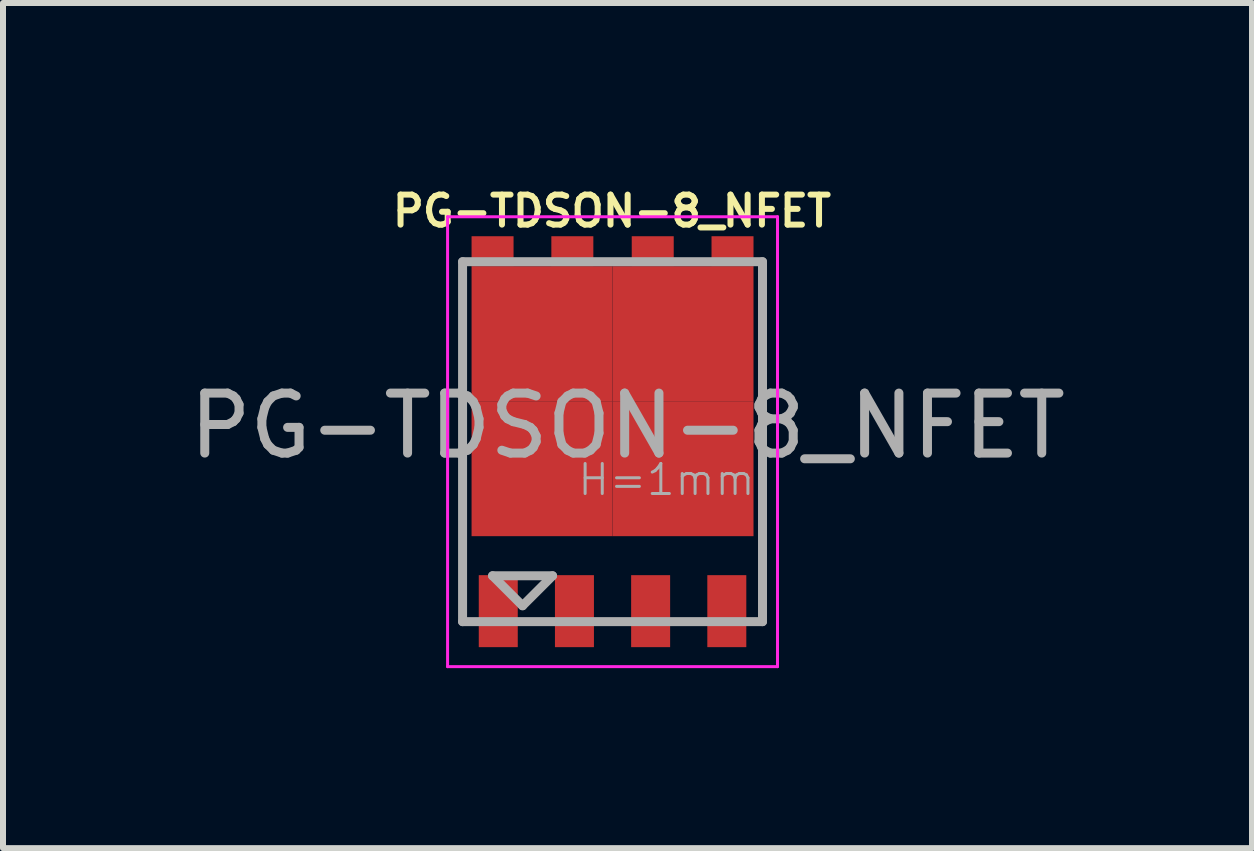
<source format=kicad_pcb>
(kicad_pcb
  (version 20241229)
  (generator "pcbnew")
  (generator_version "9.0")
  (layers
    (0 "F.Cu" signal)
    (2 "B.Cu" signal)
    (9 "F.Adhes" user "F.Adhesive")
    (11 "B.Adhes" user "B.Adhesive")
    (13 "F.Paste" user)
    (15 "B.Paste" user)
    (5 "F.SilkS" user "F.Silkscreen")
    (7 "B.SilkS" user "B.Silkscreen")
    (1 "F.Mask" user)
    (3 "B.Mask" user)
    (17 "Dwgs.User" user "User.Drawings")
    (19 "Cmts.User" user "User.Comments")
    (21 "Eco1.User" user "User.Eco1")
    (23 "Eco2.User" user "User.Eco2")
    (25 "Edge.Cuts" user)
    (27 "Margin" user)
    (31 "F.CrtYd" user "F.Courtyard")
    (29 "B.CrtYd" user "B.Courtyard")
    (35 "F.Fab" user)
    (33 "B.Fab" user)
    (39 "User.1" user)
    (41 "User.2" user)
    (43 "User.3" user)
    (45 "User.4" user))
  (footprint "PG-TDSON-8_NFET"
    (layer "F.Cu")
    (at 7.161 4.313)
    (property "Reference" "PG-TDSON-8_NFET" (at -0.01 -3.845 0) (layer "F.SilkS") (effects (font (size 0.5 0.5) (thickness 0.1))))
    (attr smd)
    (fp_line (start 1.65 -3.16) (end 1.65 -3.16) (stroke (width 0.15) (type solid)) (layer "F.Mask"))
    (fp_line (start -2.75 3.75) (end -2.75 -3.75) (stroke (width 0.05) (type solid)) (layer "F.CrtYd"))
    (fp_line (start 2.75 -3.75) (end -2.75 -3.75) (stroke (width 0.05) (type solid)) (layer "F.CrtYd"))
    (fp_line (start 2.75 -3.75) (end 2.75 3.75) (stroke (width 0.05) (type solid)) (layer "F.CrtYd"))
    (fp_line (start 2.75 3.75) (end -2.75 3.75) (stroke (width 0.05) (type solid)) (layer "F.CrtYd"))
    (fp_line (start -2.5 -3) (end -2.5 3) (stroke (width 0.15) (type solid)) (layer "F.Fab"))
    (fp_line (start -2.5 3) (end 2.5 3) (stroke (width 0.15) (type solid)) (layer "F.Fab"))
    (fp_line (start -2 2.235) (end -1.5 2.735) (stroke (width 0.15) (type solid)) (layer "F.Fab"))
    (fp_line (start -1.5 2.735) (end -1 2.235) (stroke (width 0.15) (type solid)) (layer "F.Fab"))
    (fp_line (start -1 2.235) (end -2 2.235) (stroke (width 0.15) (type solid)) (layer "F.Fab"))
    (fp_line (start 2.5 -3) (end -2.5 -3) (stroke (width 0.15) (type solid)) (layer "F.Fab"))
    (fp_line (start 2.5 3) (end 2.5 -3) (stroke (width 0.15) (type solid)) (layer "F.Fab"))
    (fp_text user "H=1mm" (at 0.9 0.635 0) (layer "F.Fab") (effects (font (size 0.5 0.5) (thickness 0.05))))
    (fp_text user "${REFERENCE}" (at 0.25 -0.265 0) (layer "F.Fab") (effects (font (size 1 1) (thickness 0.15))))
    (pad "1" smd rect (at -1.905 2.825) (size 0.65 1.2) (layers "F.Cu" "F.Mask" "F.Paste"))
    (pad "1" smd rect (at -0.635 2.825) (size 0.65 1.2) (layers "F.Cu" "F.Mask" "F.Paste"))
    (pad "1" smd rect (at 0.635 2.825) (size 0.65 1.2) (layers "F.Cu" "F.Mask" "F.Paste"))
    (pad "4" smd rect (at 1.905 2.825) (size 0.65 1.2) (layers "F.Cu" "F.Mask" "F.Paste"))
    (pad "5" smd rect (at -2 -3.175) (size 0.7 0.5) (layers "F.Cu" "F.Mask" "F.Paste"))
    (pad "5" smd rect (at -1.175 -1.8) (size 2.35 2.25) (layers "F.Cu" "F.Mask" "F.Paste"))
    (pad "5" smd rect (at -1.175 0.45) (size 2.35 2.25) (layers "F.Cu" "F.Mask" "F.Paste"))
    (pad "5" smd rect (at -0.67 -3.175) (size 0.7 0.5) (layers "F.Cu" "F.Mask" "F.Paste"))
    (pad "5" smd rect (at 0.67 -3.175) (size 0.7 0.5) (layers "F.Cu" "F.Mask" "F.Paste"))
    (pad "5" smd rect (at 1.175 -1.8) (size 2.35 2.25) (layers "F.Cu" "F.Mask" "F.Paste"))
    (pad "5" smd rect (at 1.175 0.45) (size 2.35 2.25) (layers "F.Cu" "F.Mask" "F.Paste"))
    (pad "5" smd rect (at 2 -3.175) (size 0.7 0.5) (layers "F.Cu" "F.Mask" "F.Paste")))
  (gr_rect
    (start -3 -3)
    (end 17.821 11.088)
    (stroke (width 0.1) (type default))
    (fill no)
    (layer "Edge.Cuts")))
</source>
